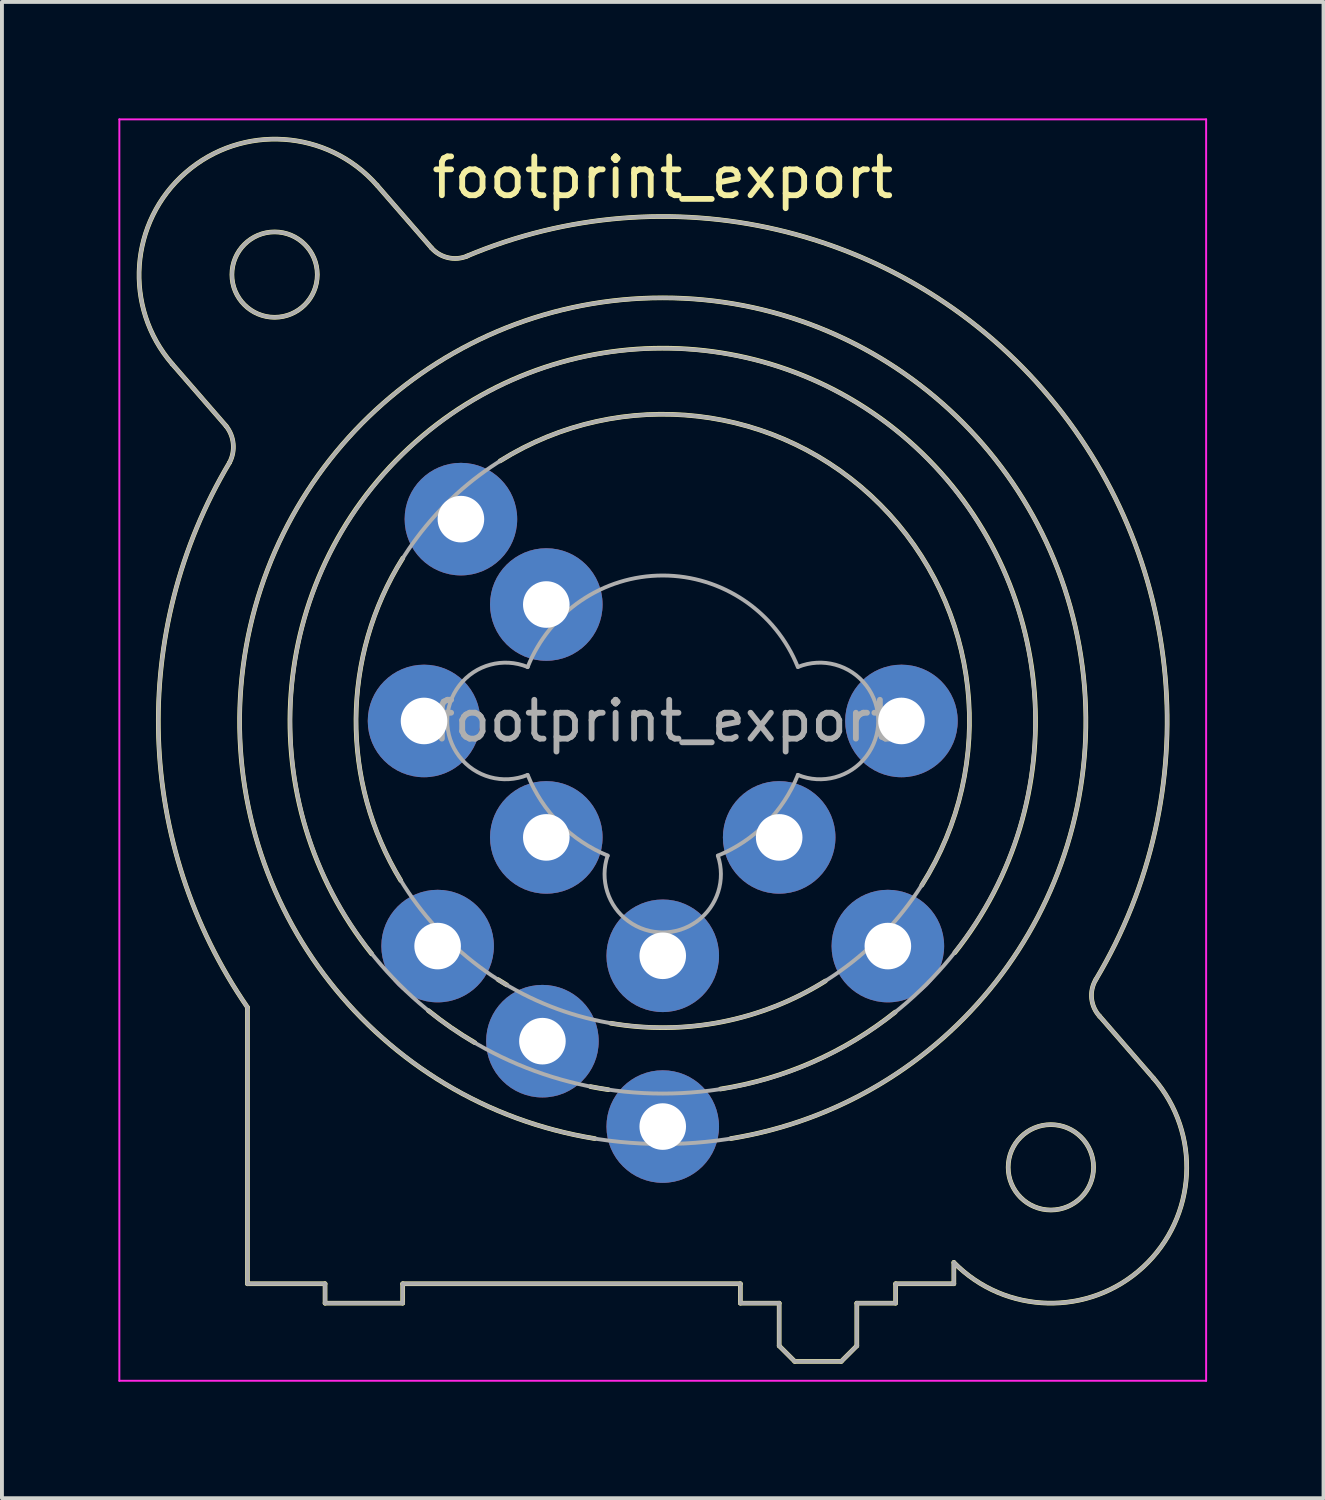
<source format=kicad_pcb>
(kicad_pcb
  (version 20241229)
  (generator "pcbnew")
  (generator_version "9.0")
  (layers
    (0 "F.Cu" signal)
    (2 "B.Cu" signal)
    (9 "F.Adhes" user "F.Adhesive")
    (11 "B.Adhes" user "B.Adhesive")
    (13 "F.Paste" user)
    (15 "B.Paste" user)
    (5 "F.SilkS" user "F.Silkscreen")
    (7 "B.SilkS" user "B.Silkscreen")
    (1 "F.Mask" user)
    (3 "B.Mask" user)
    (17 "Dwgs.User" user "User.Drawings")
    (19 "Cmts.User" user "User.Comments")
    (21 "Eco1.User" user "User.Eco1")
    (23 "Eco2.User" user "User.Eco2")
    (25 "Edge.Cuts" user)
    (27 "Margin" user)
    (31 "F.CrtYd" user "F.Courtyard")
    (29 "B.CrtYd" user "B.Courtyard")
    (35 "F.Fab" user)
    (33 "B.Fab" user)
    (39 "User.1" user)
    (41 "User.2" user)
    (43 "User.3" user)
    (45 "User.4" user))
  (footprint "footprint_export"
    (layer "F.Cu")
    (at 20.175 15.525)
    (property "Reference" "footprint_export" (at -6.15 -14 0) (layer "F.SilkS") (effects (font (size 1 1) (thickness 0.15))))
    (attr through_hole)
    (fp_line (start -17.4 -7.6) (end -18.79 -9.2) (stroke (width 0.12) (type solid)) (layer "F.SilkS"))
    (fp_line (start -16.85 14.5) (end -16.85 7.38) (stroke (width 0.12) (type solid)) (layer "F.SilkS"))
    (fp_line (start -14.85 14.5) (end -16.85 14.5) (stroke (width 0.12) (type solid)) (layer "F.SilkS"))
    (fp_line (start -14.85 14.5) (end -14.85 15) (stroke (width 0.12) (type solid)) (layer "F.SilkS"))
    (fp_line (start -13.51 -13.8) (end -12.11 -12.19) (stroke (width 0.12) (type solid)) (layer "F.SilkS"))
    (fp_line (start -12.85 14.5) (end -12.85 15) (stroke (width 0.12) (type solid)) (layer "F.SilkS"))
    (fp_line (start -12.85 15) (end -14.85 15) (stroke (width 0.12) (type solid)) (layer "F.SilkS"))
    (fp_line (start -4.15 14.5) (end -12.85 14.5) (stroke (width 0.12) (type solid)) (layer "F.SilkS"))
    (fp_line (start -4.15 14.5) (end -4.15 15) (stroke (width 0.12) (type solid)) (layer "F.SilkS"))
    (fp_line (start -3.15 15) (end -4.15 15) (stroke (width 0.12) (type solid)) (layer "F.SilkS"))
    (fp_line (start -3.15 15) (end -3.15 16.1) (stroke (width 0.12) (type solid)) (layer "F.SilkS"))
    (fp_line (start -3.15 16.1) (end -2.75 16.5) (stroke (width 0.12) (type solid)) (layer "F.SilkS"))
    (fp_line (start -1.55 16.5) (end -2.75 16.5) (stroke (width 0.12) (type solid)) (layer "F.SilkS"))
    (fp_line (start -1.15 15) (end -1.15 16.1) (stroke (width 0.12) (type solid)) (layer "F.SilkS"))
    (fp_line (start -1.15 16.1) (end -1.55 16.5) (stroke (width 0.12) (type solid)) (layer "F.SilkS"))
    (fp_line (start -0.15 14.5) (end -0.15 15) (stroke (width 0.12) (type solid)) (layer "F.SilkS"))
    (fp_line (start -0.15 15) (end -1.15 15) (stroke (width 0.12) (type solid)) (layer "F.SilkS"))
    (fp_line (start 1.35 13.95) (end 1.35 14.5) (stroke (width 0.12) (type solid)) (layer "F.SilkS"))
    (fp_line (start 1.35 14.5) (end -0.15 14.5) (stroke (width 0.12) (type solid)) (layer "F.SilkS"))
    (fp_line (start 5.1 7.6) (end 6.49 9.2) (stroke (width 0.12) (type solid)) (layer "F.SilkS"))
    (fp_arc (start -18.79 -9.2) (mid -18.45 -14.14) (end -13.51 -13.8) (stroke (width 0.12) (type solid)) (layer "F.SilkS"))
    (fp_arc (start -17.400452 -7.59955) (mid -17.216295 -7.14315) (end -17.31 -6.66) (stroke (width 0.12) (type solid)) (layer "F.SilkS"))
    (fp_arc (start -16.851206 7.374645) (mid -19.139261 0.42462) (end -17.31 -6.66) (stroke (width 0.12) (type solid)) (layer "F.SilkS"))
    (fp_arc (start -13.65 6) (mid -6.168408 -9.604669) (end 1.372943 5.971208) (stroke (width 0.12) (type solid)) (layer "F.SilkS"))
    (fp_arc (start -12.9 4.11) (mid -14.052663 -0.0501) (end -12.847348 -4.195251) (stroke (width 0.12) (type solid)) (layer "F.SilkS"))
    (fp_arc (start -11.201352 -11.974349) (mid 3.655031 -8.530097) (end 5.01 6.66) (stroke (width 0.12) (type solid)) (layer "F.SilkS"))
    (fp_arc (start -11.177539 -11.981856) (mid -11.677484 -11.93489) (end -12.11 -12.19) (stroke (width 0.12) (type solid)) (layer "F.SilkS"))
    (fp_arc (start -10.99 8.29) (mid -11.604845 7.89901) (end -12.188263 7.462512) (stroke (width 0.12) (type solid)) (layer "F.SilkS"))
    (fp_arc (start -10.34 -6.7) (mid -0.544787 -5.570251) (end 0.523653 4.231839) (stroke (width 0.12) (type solid)) (layer "F.SilkS"))
    (fp_arc (start -10.17 6.8) (mid -10.28219 6.732414) (end -10.393245 6.662978) (stroke (width 0.12) (type solid)) (layer "F.SilkS"))
    (fp_arc (start -7.9 10.76) (mid -6.152346 -10.90138) (end -4.395368 10.759246) (stroke (width 0.12) (type solid)) (layer "F.SilkS"))
    (fp_arc (start -7.55 9.5) (mid -7.781688 9.462959) (end -8.012401 9.420269) (stroke (width 0.12) (type solid)) (layer "F.SilkS"))
    (fp_arc (start -1.96 6.7) (mid -4.625828 7.753902) (end -7.492223 7.78746) (stroke (width 0.12) (type solid)) (layer "F.SilkS"))
    (fp_arc (start -0.16 7.5) (mid -2.282236 8.784674) (end -4.662837 9.482534) (stroke (width 0.12) (type solid)) (layer "F.SilkS"))
    (fp_arc (start 5.109394 7.611661) (mid 4.900255 7.152483) (end 5.01 6.66) (stroke (width 0.12) (type solid)) (layer "F.SilkS"))
    (fp_arc (start 6.49 9.2) (mid 6.227307 14.070606) (end 1.351052 13.95252) (stroke (width 0.12) (type solid)) (layer "F.SilkS"))
    (fp_circle (center -16.15 -11.5) (end -15.05 -11.5) (stroke (width 0.12) (type solid)) (fill no) (layer "F.SilkS"))
    (fp_circle (center 3.85 11.5) (end 4.95 11.5) (stroke (width 0.12) (type solid)) (fill no) (layer "F.SilkS"))
    (fp_line (start -20.15 -15.5) (end 7.85 -15.5) (stroke (width 0.05) (type solid)) (layer "F.CrtYd"))
    (fp_line (start -20.15 17) (end -20.15 -15.5) (stroke (width 0.05) (type solid)) (layer "F.CrtYd"))
    (fp_line (start 7.85 -15.5) (end 7.85 17) (stroke (width 0.05) (type solid)) (layer "F.CrtYd"))
    (fp_line (start 7.85 17) (end -20.15 17) (stroke (width 0.05) (type solid)) (layer "F.CrtYd"))
    (fp_line (start -17.4 -7.6) (end -18.79 -9.2) (stroke (width 0.1) (type solid)) (layer "F.Fab"))
    (fp_line (start -16.85 14.5) (end -16.85 7.38) (stroke (width 0.1) (type solid)) (layer "F.Fab"))
    (fp_line (start -14.85 14.5) (end -16.85 14.5) (stroke (width 0.1) (type solid)) (layer "F.Fab"))
    (fp_line (start -14.85 14.5) (end -14.85 15) (stroke (width 0.1) (type solid)) (layer "F.Fab"))
    (fp_line (start -13.51 -13.8) (end -12.11 -12.19) (stroke (width 0.1) (type solid)) (layer "F.Fab"))
    (fp_line (start -12.85 14.5) (end -12.85 15) (stroke (width 0.1) (type solid)) (layer "F.Fab"))
    (fp_line (start -12.85 15) (end -14.85 15) (stroke (width 0.1) (type solid)) (layer "F.Fab"))
    (fp_line (start -4.15 14.5) (end -12.85 14.5) (stroke (width 0.1) (type solid)) (layer "F.Fab"))
    (fp_line (start -4.15 14.5) (end -4.15 15) (stroke (width 0.1) (type solid)) (layer "F.Fab"))
    (fp_line (start -3.15 15) (end -4.15 15) (stroke (width 0.1) (type solid)) (layer "F.Fab"))
    (fp_line (start -3.15 15) (end -3.15 16.1) (stroke (width 0.1) (type solid)) (layer "F.Fab"))
    (fp_line (start -3.15 16.1) (end -2.75 16.5) (stroke (width 0.1) (type solid)) (layer "F.Fab"))
    (fp_line (start -1.55 16.5) (end -2.75 16.5) (stroke (width 0.1) (type solid)) (layer "F.Fab"))
    (fp_line (start -1.15 15) (end -1.15 16.1) (stroke (width 0.1) (type solid)) (layer "F.Fab"))
    (fp_line (start -1.15 16.1) (end -1.55 16.5) (stroke (width 0.1) (type solid)) (layer "F.Fab"))
    (fp_line (start -0.15 14.5) (end -0.15 15) (stroke (width 0.1) (type solid)) (layer "F.Fab"))
    (fp_line (start -0.15 15) (end -1.15 15) (stroke (width 0.1) (type solid)) (layer "F.Fab"))
    (fp_line (start 1.35 13.95) (end 1.35 14.5) (stroke (width 0.1) (type solid)) (layer "F.Fab"))
    (fp_line (start 1.35 14.5) (end -0.15 14.5) (stroke (width 0.1) (type solid)) (layer "F.Fab"))
    (fp_line (start 5.1 7.6) (end 6.49 9.2) (stroke (width 0.1) (type solid)) (layer "F.Fab"))
    (fp_arc (start -18.79 -9.2) (mid -18.45 -14.14) (end -13.51 -13.8) (stroke (width 0.1) (type solid)) (layer "F.Fab"))
    (fp_arc (start -17.400452 -7.59955) (mid -17.216295 -7.14315) (end -17.31 -6.66) (stroke (width 0.1) (type solid)) (layer "F.Fab"))
    (fp_arc (start -16.851206 7.374645) (mid -19.139261 0.42462) (end -17.31 -6.66) (stroke (width 0.1) (type solid)) (layer "F.Fab"))
    (fp_arc (start -11.201352 -11.974349) (mid 3.655031 -8.530097) (end 5.01 6.66) (stroke (width 0.1) (type solid)) (layer "F.Fab"))
    (fp_arc (start -11.177539 -11.981856) (mid -11.677484 -11.93489) (end -12.11 -12.19) (stroke (width 0.1) (type solid)) (layer "F.Fab"))
    (fp_arc (start -9.634717 1.391925) (mid -11.702329 -0.002547) (end -9.63 -1.39) (stroke (width 0.1) (type solid)) (layer "F.Fab"))
    (fp_arc (start -9.631116 -1.387204) (mid -6.151505 -3.747333) (end -2.67 -1.39) (stroke (width 0.1) (type solid)) (layer "F.Fab"))
    (fp_arc (start -7.567529 3.468878) (mid -8.810241 2.639246) (end -9.63 1.39) (stroke (width 0.1) (type solid)) (layer "F.Fab"))
    (fp_arc (start -4.729599 3.471189) (mid -6.150627 5.448932) (end -7.57 3.47) (stroke (width 0.1) (type solid)) (layer "F.Fab"))
    (fp_arc (start -2.667476 1.389002) (mid -3.487046 2.639314) (end -4.73 3.47) (stroke (width 0.1) (type solid)) (layer "F.Fab"))
    (fp_arc (start -2.665283 -1.391925) (mid -0.597671 0.002547) (end -2.67 1.39) (stroke (width 0.1) (type solid)) (layer "F.Fab"))
    (fp_arc (start 5.109394 7.611661) (mid 4.900255 7.152483) (end 5.01 6.66) (stroke (width 0.1) (type solid)) (layer "F.Fab"))
    (fp_arc (start 6.49 9.2) (mid 6.227307 14.070606) (end 1.351052 13.95252) (stroke (width 0.1) (type solid)) (layer "F.Fab"))
    (fp_circle (center -16.15 -11.5) (end -15.05 -11.5) (stroke (width 0.1) (type solid)) (fill no) (layer "F.Fab"))
    (fp_circle (center -6.15 0) (end 1.75 0) (stroke (width 0.1) (type solid)) (fill no) (layer "F.Fab"))
    (fp_circle (center -6.15 0) (end 3.45 0) (stroke (width 0.1) (type solid)) (fill no) (layer "F.Fab"))
    (fp_circle (center -6.15 0) (end 4.75 0) (stroke (width 0.1) (type solid)) (fill no) (layer "F.Fab"))
    (fp_circle (center 3.85 11.5) (end 4.95 11.5) (stroke (width 0.1) (type solid)) (fill no) (layer "F.Fab"))
    (fp_text user "${REFERENCE}" (at -6.15 0 0) (layer "F.Fab") (effects (font (size 1 1) (thickness 0.15))))
    (pad "1" thru_hole circle (at 0 0) (size 2.9 2.9) (drill 1.2) (layers "*.Cu" "*.Mask"))
    (pad "2" thru_hole circle (at -12.3 0) (size 2.9 2.9) (drill 1.2) (layers "*.Cu" "*.Mask"))
    (pad "3" thru_hole circle (at -6.15 6.05) (size 2.9 2.9) (drill 1.2) (layers "*.Cu" "*.Mask"))
    (pad "G" thru_hole circle (at -6.15 10.45) (size 2.9 2.9) (drill 1.2) (layers "*.Cu" "*.Mask"))
    (pad "GN" thru_hole circle (at -9.25 8.25) (size 2.9 2.9) (drill 1.2) (layers "*.Cu" "*.Mask"))
    (pad "R" thru_hole circle (at -0.35 5.8) (size 2.9 2.9) (drill 1.2) (layers "*.Cu" "*.Mask"))
    (pad "RN" thru_hole circle (at -3.15 3) (size 2.9 2.9) (drill 1.2) (layers "*.Cu" "*.Mask"))
    (pad "S" thru_hole circle (at -11.95 5.8) (size 2.9 2.9) (drill 1.2) (layers "*.Cu" "*.Mask"))
    (pad "SN" thru_hole circle (at -9.15 3) (size 2.9 2.9) (drill 1.2) (layers "*.Cu" "*.Mask"))
    (pad "T" thru_hole circle (at -11.35 -5.2) (size 2.9 2.9) (drill 1.2) (layers "*.Cu" "*.Mask"))
    (pad "TN" thru_hole circle (at -9.15 -3) (size 2.9 2.9) (drill 1.2) (layers "*.Cu" "*.Mask")))
  (gr_rect
    (start -3 -3)
    (end 31.05 35.55)
    (stroke (width 0.1) (type default))
    (fill no)
    (layer "Edge.Cuts")))
</source>
